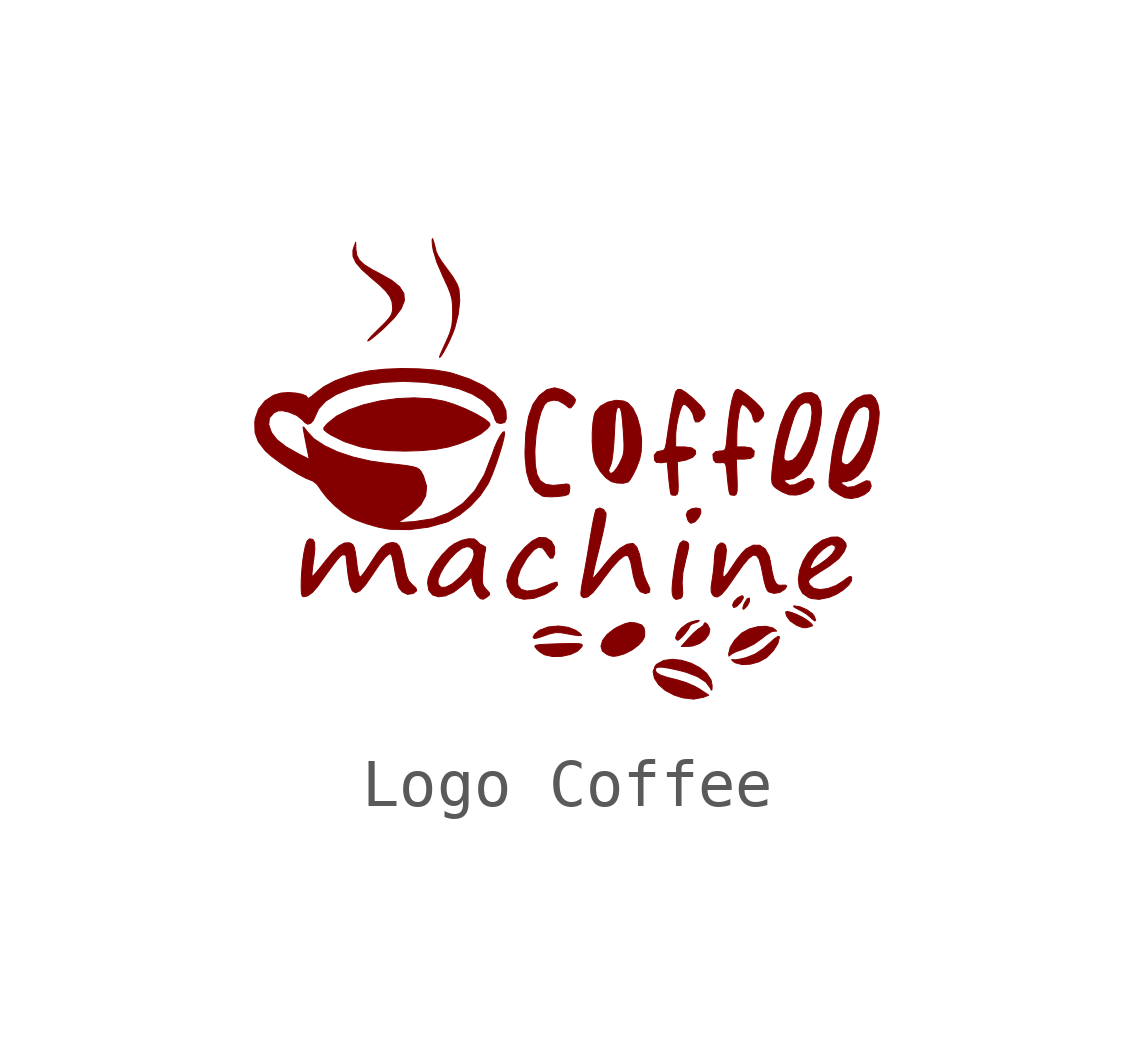
<source format=kicad_sym>
(kicad_symbol_lib
  (version 20220914)
  (generator kicad_symbol_editor)
  (symbol "Logo Coffee"
    (pin_numbers hide)
    (pin_names
      (offset 1.016) hide)
    (property "Reference" "#G"
      (at 0 4.199 0)
      (effects (font (size 1.27 1.27)) hide))
    (symbol "Logo Coffee_0_0"
      (polyline (pts (xy 3.721 -2.948) (xy 3.784 -2.883) (xy 3.826 -2.798) (xy 3.825 -2.73) (xy 3.819 -2.723) (xy 3.779 -2.742) (xy 3.725 -2.828) (xy 3.711 -2.859) (xy 3.688 -2.934) (xy 3.7 -2.958) (xy 3.721 -2.948)) (stroke (width 0.01) (type default)) (fill (type outline)))
      (polyline (pts (xy 3.562 -2.899) (xy 3.647 -2.81) (xy 3.652 -2.803) (xy 3.701 -2.719) (xy 3.69 -2.679) (xy 3.655 -2.68) (xy 3.577 -2.724) (xy 3.507 -2.796) (xy 3.477 -2.869) (xy 3.477 -2.877) (xy 3.502 -2.923) (xy 3.562 -2.899)) (stroke (width 0.01) (type default)) (fill (type outline)))
      (polyline (pts (xy 2.674 -1.144) (xy 2.699 -1.128) (xy 2.77 -1.048) (xy 2.814 -0.954) (xy 2.812 -0.88) (xy 2.793 -0.862) (xy 2.713 -0.848) (xy 2.617 -0.867) (xy 2.543 -0.913) (xy 2.542 -0.914) (xy 2.511 -0.987) (xy 2.538 -1.084) (xy 2.559 -1.127) (xy 2.604 -1.166) (xy 2.674 -1.144)) (stroke (width 0.01) (type default)) (fill (type outline)))
      (polyline (pts (xy 5.207 -3.182) (xy 5.173 -3.095) (xy 5.135 -3.047) (xy 5.024 -2.968) (xy 4.887 -2.908) (xy 4.761 -2.886) (xy 4.746 -2.892) (xy 4.77 -2.921) (xy 4.855 -2.966) (xy 4.889 -2.982) (xy 5.015 -3.057) (xy 5.106 -3.132) (xy 5.127 -3.155) (xy 5.189 -3.203) (xy 5.207 -3.182)) (stroke (width 0.01) (type default)) (fill (type outline)))
      (polyline (pts (xy 2.55 -3.731) (xy 2.645 -3.722) (xy 2.791 -3.669) (xy 2.907 -3.583) (xy 2.982 -3.479) (xy 3.001 -3.371) (xy 2.953 -3.274) (xy 2.904 -3.236) (xy 2.883 -3.257) (xy 2.871 -3.292) (xy 2.807 -3.341) (xy 2.764 -3.367) (xy 2.671 -3.446) (xy 2.569 -3.551) (xy 2.407 -3.732) (xy 2.55 -3.731)) (stroke (width 0.01) (type default)) (fill (type outline)))
      (polyline (pts (xy 5.076 -3.324) (xy 5.093 -3.319) (xy 5.14 -3.3) (xy 5.128 -3.269) (xy 5.055 -3.205) (xy 5.035 -3.191) (xy 4.931 -3.125) (xy 4.811 -3.066) (xy 4.697 -3.022) (xy 4.613 -3.003) (xy 4.58 -3.017) (xy 4.599 -3.095) (xy 4.68 -3.205) (xy 4.806 -3.288) (xy 4.869 -3.316) (xy 4.943 -3.341) (xy 4.999 -3.342) (xy 5.076 -3.324)) (stroke (width 0.01) (type default)) (fill (type outline)))
      (polyline (pts (xy 2.353 -3.594) (xy 2.42 -3.535) (xy 2.497 -3.449) (xy 2.56 -3.363) (xy 2.587 -3.305) (xy 2.614 -3.273) (xy 2.695 -3.24) (xy 2.763 -3.216) (xy 2.782 -3.192) (xy 2.777 -3.189) (xy 2.714 -3.194) (xy 2.611 -3.222) (xy 2.537 -3.254) (xy 2.416 -3.342) (xy 2.325 -3.447) (xy 2.29 -3.546) (xy 2.293 -3.57) (xy 2.328 -3.604) (xy 2.353 -3.594)) (stroke (width 0.01) (type default)) (fill (type outline)))
      (polyline (pts (xy -0.576 -3.553) (xy -0.441 -3.507) (xy -0.338 -3.471) (xy -0.219 -3.444) (xy -0.103 -3.445) (xy 0.051 -3.472) (xy 0.17 -3.494) (xy 0.278 -3.507) (xy 0.327 -3.503) (xy 0.329 -3.496) (xy 0.291 -3.454) (xy 0.206 -3.395) (xy 0.055 -3.334) (xy -0.154 -3.306) (xy -0.364 -3.326) (xy -0.541 -3.392) (xy -0.563 -3.406) (xy -0.645 -3.476) (xy -0.678 -3.535) (xy -0.677 -3.548) (xy -0.65 -3.566) (xy -0.576 -3.553)) (stroke (width 0.01) (type default)) (fill (type outline)))
      (polyline (pts (xy -0.086 -3.938) (xy 0.094 -3.9) (xy 0.243 -3.832) (xy 0.335 -3.74) (xy 0.335 -3.74) (xy 0.347 -3.706) (xy 0.33 -3.685) (xy 0.27 -3.674) (xy 0.153 -3.671) (xy -0.035 -3.674) (xy -0.132 -3.676) (xy -0.316 -3.682) (xy -0.467 -3.689) (xy -0.559 -3.696) (xy -0.624 -3.707) (xy -0.646 -3.732) (xy -0.601 -3.79) (xy -0.542 -3.844) (xy -0.445 -3.904) (xy -0.44 -3.906) (xy -0.273 -3.942) (xy -0.086 -3.938)) (stroke (width 0.01) (type default)) (fill (type outline)))
      (polyline (pts (xy 3.845 -4.101) (xy 4.021 -4.053) (xy 4.174 -3.97) (xy 4.192 -3.956) (xy 4.325 -3.82) (xy 4.418 -3.672) (xy 4.452 -3.537) (xy 4.452 -3.532) (xy 4.425 -3.52) (xy 4.35 -3.569) (xy 4.225 -3.68) (xy 4.116 -3.776) (xy 3.944 -3.892) (xy 3.759 -3.965) (xy 3.653 -3.991) (xy 3.534 -4.011) (xy 3.467 -4.007) (xy 3.454 -4.008) (xy 3.498 -4.05) (xy 3.535 -4.073) (xy 3.674 -4.109) (xy 3.845 -4.101)) (stroke (width 0.01) (type default)) (fill (type outline)))
      (polyline (pts (xy 1.073 -3.928) (xy 1.199 -3.893) (xy 1.237 -3.879) (xy 1.384 -3.803) (xy 1.514 -3.705) (xy 1.594 -3.62) (xy 1.642 -3.531) (xy 1.646 -3.427) (xy 1.63 -3.341) (xy 1.582 -3.284) (xy 1.477 -3.248) (xy 1.446 -3.241) (xy 1.344 -3.232) (xy 1.239 -3.257) (xy 1.095 -3.32) (xy 1.007 -3.369) (xy 0.862 -3.483) (xy 0.769 -3.607) (xy 0.735 -3.726) (xy 0.764 -3.828) (xy 0.862 -3.901) (xy 0.919 -3.923) (xy 0.991 -3.938) (xy 1.073 -3.928)) (stroke (width 0.01) (type default)) (fill (type outline)))
      (polyline (pts (xy 3.427 -3.912) (xy 3.456 -3.887) (xy 3.55 -3.84) (xy 3.68 -3.794) (xy 3.734 -3.775) (xy 3.923 -3.682) (xy 4.096 -3.558) (xy 4.171 -3.498) (xy 4.287 -3.425) (xy 4.362 -3.411) (xy 4.369 -3.413) (xy 4.394 -3.412) (xy 4.346 -3.368) (xy 4.311 -3.346) (xy 4.171 -3.312) (xy 3.999 -3.321) (xy 3.823 -3.368) (xy 3.671 -3.451) (xy 3.658 -3.461) (xy 3.521 -3.599) (xy 3.427 -3.749) (xy 3.393 -3.889) (xy 3.4 -3.933) (xy 3.427 -3.912)) (stroke (width 0.01) (type default)) (fill (type outline)))
      (polyline (pts (xy 2.389 -2.732) (xy 2.424 -2.7) (xy 2.438 -2.625) (xy 2.43 -2.486) (xy 2.425 -2.41) (xy 2.44 -2.194) (xy 2.499 -1.931) (xy 2.536 -1.787) (xy 2.56 -1.666) (xy 2.559 -1.597) (xy 2.535 -1.563) (xy 2.514 -1.549) (xy 2.444 -1.531) (xy 2.384 -1.58) (xy 2.373 -1.598) (xy 2.341 -1.695) (xy 2.307 -1.847) (xy 2.274 -2.03) (xy 2.245 -2.223) (xy 2.224 -2.404) (xy 2.215 -2.55) (xy 2.22 -2.64) (xy 2.244 -2.713) (xy 2.296 -2.753) (xy 2.389 -2.732)) (stroke (width 0.01) (type default)) (fill (type outline)))
      (polyline (pts (xy -3.013 0.347) (xy -2.704 0.375) (xy -2.449 0.421) (xy -2.222 0.489) (xy -1.972 0.587) (xy -1.769 0.695) (xy -1.634 0.804) (xy -1.628 0.81) (xy -1.578 0.875) (xy -1.585 0.919) (xy -1.655 0.979) (xy -1.696 1.009) (xy -1.869 1.111) (xy -2.085 1.215) (xy -2.315 1.307) (xy -2.529 1.375) (xy -2.813 1.427) (xy -3.157 1.446) (xy -3.515 1.43) (xy -3.873 1.381) (xy -4.212 1.301) (xy -4.518 1.194) (xy -4.773 1.064) (xy -4.961 0.912) (xy -4.986 0.885) (xy -5.038 0.821) (xy -5.035 0.781) (xy -4.982 0.735) (xy -4.886 0.67) (xy -4.609 0.534) (xy -4.268 0.423) (xy -4.253 0.42) (xy -3.997 0.374) (xy -3.687 0.346) (xy -3.35 0.337) (xy -3.013 0.347)) (stroke (width 0.01) (type default)) (fill (type outline)))
      (polyline (pts (xy -4.073 2.656) (xy -3.97 2.737) (xy -3.816 2.87) (xy -3.789 2.895) (xy -3.569 3.114) (xy -3.426 3.304) (xy -3.36 3.47) (xy -3.371 3.62) (xy -3.46 3.76) (xy -3.628 3.896) (xy -3.874 4.034) (xy -4.034 4.118) (xy -4.196 4.219) (xy -4.298 4.315) (xy -4.352 4.417) (xy -4.37 4.537) (xy -4.374 4.686) (xy -4.418 4.567) (xy -4.432 4.515) (xy -4.43 4.392) (xy -4.37 4.263) (xy -4.245 4.117) (xy -4.05 3.944) (xy -3.878 3.798) (xy -3.743 3.665) (xy -3.659 3.551) (xy -3.616 3.441) (xy -3.604 3.32) (xy -3.608 3.258) (xy -3.628 3.185) (xy -3.677 3.107) (xy -3.767 3.007) (xy -3.908 2.868) (xy -3.916 2.86) (xy -4.047 2.73) (xy -4.114 2.652) (xy -4.122 2.628) (xy -4.073 2.656)) (stroke (width 0.01) (type default)) (fill (type outline)))
      (polyline (pts (xy -2.594 2.318) (xy -2.542 2.401) (xy -2.478 2.52) (xy -2.41 2.658) (xy -2.349 2.799) (xy -2.313 2.896) (xy -2.239 3.182) (xy -2.207 3.462) (xy -2.223 3.706) (xy -2.261 3.811) (xy -2.346 3.96) (xy -2.463 4.121) (xy -2.482 4.145) (xy -2.583 4.285) (xy -2.661 4.409) (xy -2.699 4.493) (xy -2.719 4.583) (xy -2.754 4.713) (xy -2.775 4.764) (xy -2.783 4.734) (xy -2.776 4.622) (xy -2.76 4.523) (xy -2.686 4.276) (xy -2.553 3.968) (xy -2.543 3.946) (xy -2.456 3.758) (xy -2.401 3.618) (xy -2.37 3.499) (xy -2.357 3.377) (xy -2.354 3.226) (xy -2.356 3.099) (xy -2.373 2.938) (xy -2.415 2.79) (xy -2.491 2.614) (xy -2.504 2.587) (xy -2.567 2.449) (xy -2.612 2.344) (xy -2.629 2.296) (xy -2.624 2.287) (xy -2.594 2.318)) (stroke (width 0.01) (type default)) (fill (type outline)))
      (polyline (pts (xy 2.865 -4.791) (xy 2.979 -4.747) (xy 2.784 -4.617) (xy 2.686 -4.562) (xy 2.504 -4.483) (xy 2.322 -4.428) (xy 2.297 -4.422) (xy 2.092 -4.369) (xy 1.959 -4.322) (xy 1.887 -4.274) (xy 1.866 -4.22) (xy 1.873 -4.19) (xy 1.916 -4.164) (xy 2.008 -4.163) (xy 2.159 -4.186) (xy 2.38 -4.235) (xy 2.512 -4.271) (xy 2.749 -4.362) (xy 2.918 -4.472) (xy 3.011 -4.596) (xy 3.033 -4.642) (xy 3.046 -4.634) (xy 3.05 -4.549) (xy 3.027 -4.43) (xy 2.935 -4.292) (xy 2.791 -4.174) (xy 2.611 -4.081) (xy 2.415 -4.021) (xy 2.218 -3.999) (xy 2.04 -4.024) (xy 1.897 -4.102) (xy 1.863 -4.141) (xy 1.821 -4.259) (xy 1.848 -4.393) (xy 1.935 -4.527) (xy 2.075 -4.649) (xy 2.26 -4.745) (xy 2.437 -4.802) (xy 2.666 -4.829) (xy 2.865 -4.791)) (stroke (width 0.01) (type default)) (fill (type outline)))
      (polyline (pts (xy -0.662 -2.73) (xy -0.429 -2.645) (xy -0.373 -2.615) (xy -0.239 -2.528) (xy -0.172 -2.451) (xy -0.179 -2.393) (xy -0.213 -2.395) (xy -0.304 -2.426) (xy -0.428 -2.479) (xy -0.625 -2.553) (xy -0.805 -2.578) (xy -0.93 -2.543) (xy -0.998 -2.453) (xy -1.004 -2.314) (xy -0.945 -2.131) (xy -0.817 -1.909) (xy -0.783 -1.861) (xy -0.663 -1.722) (xy -0.563 -1.663) (xy -0.478 -1.682) (xy -0.404 -1.778) (xy -0.386 -1.811) (xy -0.321 -1.893) (xy -0.269 -1.892) (xy -0.231 -1.806) (xy -0.229 -1.8) (xy -0.233 -1.658) (xy -0.299 -1.541) (xy -0.41 -1.469) (xy -0.547 -1.462) (xy -0.561 -1.465) (xy -0.7 -1.537) (xy -0.849 -1.667) (xy -0.992 -1.835) (xy -1.113 -2.021) (xy -1.197 -2.203) (xy -1.229 -2.362) (xy -1.212 -2.478) (xy -1.145 -2.617) (xy -1.045 -2.707) (xy -0.876 -2.749) (xy -0.662 -2.73)) (stroke (width 0.01) (type default)) (fill (type outline)))
      (polyline (pts (xy -0.162 -0.609) (xy -0.031 -0.592) (xy 0.051 -0.567) (xy 0.073 -0.529) (xy 0.085 -0.44) (xy 0.084 -0.4) (xy 0.067 -0.358) (xy 0.011 -0.348) (xy -0.105 -0.363) (xy -0.26 -0.377) (xy -0.416 -0.356) (xy -0.527 -0.284) (xy -0.597 -0.154) (xy -0.633 0.043) (xy -0.642 0.315) (xy -0.64 0.392) (xy -0.618 0.67) (xy -0.574 0.929) (xy -0.514 1.148) (xy -0.442 1.304) (xy -0.376 1.369) (xy -0.246 1.399) (xy -0.144 1.382) (xy -0.01 1.304) (xy -0.002 1.296) (xy 0.066 1.239) (xy 0.107 1.238) (xy 0.152 1.291) (xy 0.191 1.35) (xy 0.203 1.41) (xy 0.161 1.468) (xy 0.054 1.546) (xy -0.059 1.611) (xy -0.231 1.655) (xy -0.391 1.616) (xy -0.55 1.495) (xy -0.551 1.494) (xy -0.682 1.309) (xy -0.774 1.052) (xy -0.83 0.723) (xy -0.848 0.319) (xy -0.846 0.208) (xy -0.816 -0.095) (xy -0.748 -0.328) (xy -0.639 -0.494) (xy -0.488 -0.598) (xy -0.431 -0.61) (xy -0.307 -0.616) (xy -0.162 -0.609)) (stroke (width 0.01) (type default)) (fill (type outline)))
      (polyline (pts (xy 3.245 -2.647) (xy 3.346 -2.531) (xy 3.477 -2.346) (xy 3.544 -2.248) (xy 3.695 -2.036) (xy 3.812 -1.898) (xy 3.902 -1.831) (xy 3.971 -1.835) (xy 4.025 -1.909) (xy 4.069 -2.052) (xy 4.112 -2.264) (xy 4.134 -2.375) (xy 4.17 -2.5) (xy 4.203 -2.571) (xy 4.231 -2.596) (xy 4.336 -2.627) (xy 4.458 -2.608) (xy 4.558 -2.544) (xy 4.574 -2.526) (xy 4.606 -2.474) (xy 4.573 -2.454) (xy 4.465 -2.458) (xy 4.428 -2.454) (xy 4.378 -2.416) (xy 4.337 -2.328) (xy 4.3 -2.179) (xy 4.261 -1.957) (xy 4.234 -1.845) (xy 4.154 -1.7) (xy 4.041 -1.624) (xy 3.905 -1.623) (xy 3.756 -1.701) (xy 3.751 -1.705) (xy 3.669 -1.79) (xy 3.567 -1.92) (xy 3.466 -2.069) (xy 3.373 -2.208) (xy 3.308 -2.281) (xy 3.276 -2.276) (xy 3.275 -2.194) (xy 3.304 -2.033) (xy 3.332 -1.887) (xy 3.347 -1.728) (xy 3.33 -1.629) (xy 3.28 -1.582) (xy 3.23 -1.577) (xy 3.16 -1.628) (xy 3.113 -1.743) (xy 3.095 -1.909) (xy 3.093 -1.99) (xy 3.076 -2.171) (xy 3.05 -2.349) (xy 3.029 -2.49) (xy 3.03 -2.593) (xy 3.057 -2.655) (xy 3.103 -2.695) (xy 3.167 -2.7) (xy 3.245 -2.647)) (stroke (width 0.01) (type default)) (fill (type outline)))
      (polyline (pts (xy 1.302 -0.305) (xy 1.34 -0.26) (xy 1.401 -0.157) (xy 1.468 -0.022) (xy 1.471 -0.015) (xy 1.539 0.16) (xy 1.573 0.327) (xy 1.581 0.529) (xy 1.579 0.596) (xy 1.548 0.831) (xy 1.486 1.048) (xy 1.401 1.224) (xy 1.299 1.337) (xy 1.211 1.379) (xy 1.047 1.395) (xy 0.875 1.357) (xy 0.723 1.273) (xy 0.618 1.15) (xy 0.594 1.085) (xy 0.567 0.929) (xy 0.553 0.731) (xy 0.552 0.52) (xy 0.567 0.321) (xy 0.596 0.16) (xy 0.627 0.073) (xy 0.704 -0.058) (xy 0.895 -0.058) (xy 0.941 0.056) (xy 0.943 0.06) (xy 0.964 0.145) (xy 0.984 0.293) (xy 1.002 0.484) (xy 1.015 0.7) (xy 1.026 0.928) (xy 1.039 1.087) (xy 1.055 1.186) (xy 1.075 1.237) (xy 1.103 1.251) (xy 1.119 1.247) (xy 1.144 1.212) (xy 1.165 1.129) (xy 1.181 0.987) (xy 1.198 0.773) (xy 1.206 0.652) (xy 1.214 0.478) (xy 1.212 0.355) (xy 1.198 0.263) (xy 1.169 0.18) (xy 1.123 0.084) (xy 1.074 -0.002) (xy 1.006 -0.092) (xy 0.953 -0.127) (xy 0.912 -0.117) (xy 0.895 -0.058) (xy 0.704 -0.058) (xy 0.719 -0.084) (xy 0.834 -0.217) (xy 0.951 -0.298) (xy 1.065 -0.328) (xy 1.201 -0.333) (xy 1.302 -0.305)) (stroke (width 0.01) (type default)) (fill (type outline)))
      (polyline (pts (xy -1.634 -2.699) (xy -1.585 -2.655) (xy -1.59 -2.614) (xy -1.653 -2.545) (xy -1.673 -2.524) (xy -1.714 -2.468) (xy -1.734 -2.398) (xy -1.736 -2.291) (xy -1.725 -2.123) (xy -1.723 -2.1) (xy -1.707 -1.935) (xy -1.688 -1.801) (xy -1.671 -1.724) (xy -1.667 -1.665) (xy -1.73 -1.626) (xy -1.784 -1.602) (xy -1.84 -1.544) (xy -1.843 -1.538) (xy -1.907 -1.493) (xy -2.022 -1.489) (xy -2.165 -1.522) (xy -2.316 -1.591) (xy -2.428 -1.673) (xy -2.572 -1.82) (xy -2.707 -1.993) (xy -2.811 -2.165) (xy -2.865 -2.313) (xy -2.869 -2.345) (xy -2.659 -2.345) (xy -2.61 -2.211) (xy -2.522 -2.06) (xy -2.409 -1.91) (xy -2.285 -1.78) (xy -2.164 -1.688) (xy -2.061 -1.654) (xy -1.994 -1.663) (xy -1.922 -1.72) (xy -1.907 -1.82) (xy -1.947 -1.953) (xy -2.04 -2.108) (xy -2.184 -2.274) (xy -2.205 -2.295) (xy -2.363 -2.428) (xy -2.496 -2.497) (xy -2.597 -2.501) (xy -2.657 -2.436) (xy -2.659 -2.345) (xy -2.869 -2.345) (xy -2.877 -2.413) (xy -2.851 -2.562) (xy -2.774 -2.658) (xy -2.654 -2.697) (xy -2.502 -2.678) (xy -2.329 -2.598) (xy -2.143 -2.456) (xy -1.962 -2.289) (xy -1.937 -2.443) (xy -1.935 -2.454) (xy -1.896 -2.58) (xy -1.84 -2.677) (xy -1.777 -2.737) (xy -1.717 -2.748) (xy -1.634 -2.699)) (stroke (width 0.01) (type default)) (fill (type outline)))
      (polyline (pts (xy 2.289 -0.583) (xy 2.321 -0.561) (xy 2.339 -0.506) (xy 2.344 -0.4) (xy 2.338 -0.227) (xy 2.324 0.116) (xy 2.472 0.144) (xy 2.515 0.154) (xy 2.645 0.209) (xy 2.707 0.279) (xy 2.701 0.349) (xy 2.626 0.403) (xy 2.482 0.424) (xy 2.29 0.424) (xy 2.29 0.65) (xy 2.292 0.715) (xy 2.31 0.873) (xy 2.341 1.033) (xy 2.38 1.175) (xy 2.421 1.276) (xy 2.459 1.315) (xy 2.508 1.295) (xy 2.583 1.222) (xy 2.645 1.123) (xy 2.671 1.031) (xy 2.672 1.013) (xy 2.703 0.945) (xy 2.771 0.945) (xy 2.859 1.014) (xy 2.865 1.021) (xy 2.903 1.094) (xy 2.889 1.174) (xy 2.816 1.275) (xy 2.677 1.41) (xy 2.638 1.446) (xy 2.498 1.561) (xy 2.402 1.618) (xy 2.337 1.622) (xy 2.294 1.577) (xy 2.284 1.552) (xy 2.254 1.442) (xy 2.218 1.27) (xy 2.178 1.052) (xy 2.138 0.803) (xy 2.1 0.541) (xy 2.095 0.504) (xy 2.071 0.398) (xy 2.036 0.35) (xy 1.974 0.339) (xy 1.902 0.323) (xy 1.844 0.252) (xy 1.852 0.144) (xy 1.892 0.101) (xy 1.996 0.094) (xy 2.114 0.112) (xy 2.144 -0.209) (xy 2.146 -0.236) (xy 2.163 -0.391) (xy 2.18 -0.508) (xy 2.193 -0.564) (xy 2.212 -0.579) (xy 2.283 -0.584) (xy 2.289 -0.583)) (stroke (width 0.01) (type default)) (fill (type outline)))
      (polyline (pts (xy 5.466 -2.715) (xy 5.491 -2.708) (xy 5.646 -2.641) (xy 5.785 -2.551) (xy 5.894 -2.453) (xy 5.955 -2.359) (xy 5.955 -2.285) (xy 5.914 -2.274) (xy 5.837 -2.324) (xy 5.792 -2.362) (xy 5.63 -2.463) (xy 5.458 -2.526) (xy 5.298 -2.547) (xy 5.167 -2.523) (xy 5.084 -2.451) (xy 5.08 -2.443) (xy 5.06 -2.401) (xy 5.059 -2.365) (xy 5.088 -2.325) (xy 5.158 -2.271) (xy 5.278 -2.191) (xy 5.46 -2.077) (xy 5.499 -2.051) (xy 5.689 -1.902) (xy 5.796 -1.761) (xy 5.808 -1.735) (xy 5.843 -1.646) (xy 5.835 -1.588) (xy 5.785 -1.523) (xy 5.752 -1.491) (xy 5.668 -1.452) (xy 5.543 -1.455) (xy 5.524 -1.458) (xy 5.343 -1.52) (xy 5.183 -1.633) (xy 5.047 -1.784) (xy 4.942 -1.959) (xy 4.885 -2.114) (xy 5.093 -2.114) (xy 5.098 -2.064) (xy 5.151 -1.954) (xy 5.161 -1.934) (xy 5.243 -1.825) (xy 5.348 -1.721) (xy 5.454 -1.642) (xy 5.534 -1.611) (xy 5.554 -1.612) (xy 5.615 -1.643) (xy 5.613 -1.709) (xy 5.554 -1.8) (xy 5.445 -1.907) (xy 5.291 -2.019) (xy 5.249 -2.045) (xy 5.141 -2.107) (xy 5.093 -2.114) (xy 4.885 -2.114) (xy 4.873 -2.144) (xy 4.845 -2.325) (xy 4.863 -2.49) (xy 4.933 -2.624) (xy 5.059 -2.713) (xy 5.117 -2.733) (xy 5.276 -2.751) (xy 5.466 -2.715)) (stroke (width 0.01) (type default)) (fill (type outline)))
      (polyline (pts (xy 0.458 -2.7) (xy 0.572 -2.604) (xy 0.711 -2.429) (xy 0.786 -2.324) (xy 0.959 -2.099) (xy 1.102 -1.94) (xy 1.21 -1.851) (xy 1.281 -1.834) (xy 1.31 -1.86) (xy 1.353 -1.97) (xy 1.391 -2.163) (xy 1.411 -2.278) (xy 1.471 -2.474) (xy 1.553 -2.591) (xy 1.658 -2.629) (xy 1.665 -2.629) (xy 1.744 -2.604) (xy 1.754 -2.532) (xy 1.698 -2.41) (xy 1.682 -2.381) (xy 1.624 -2.234) (xy 1.588 -2.079) (xy 1.582 -2.036) (xy 1.536 -1.811) (xy 1.48 -1.662) (xy 1.412 -1.593) (xy 1.391 -1.587) (xy 1.276 -1.604) (xy 1.133 -1.688) (xy 0.975 -1.832) (xy 0.809 -2.028) (xy 0.757 -2.096) (xy 0.662 -2.213) (xy 0.593 -2.291) (xy 0.561 -2.314) (xy 0.56 -2.301) (xy 0.572 -2.222) (xy 0.602 -2.082) (xy 0.645 -1.898) (xy 0.699 -1.682) (xy 0.722 -1.588) (xy 0.773 -1.372) (xy 0.812 -1.185) (xy 0.836 -1.045) (xy 0.841 -0.97) (xy 0.839 -0.957) (xy 0.789 -0.88) (xy 0.71 -0.848) (xy 0.634 -0.876) (xy 0.63 -0.882) (xy 0.608 -0.955) (xy 0.578 -1.09) (xy 0.544 -1.272) (xy 0.508 -1.484) (xy 0.506 -1.495) (xy 0.466 -1.738) (xy 0.425 -1.979) (xy 0.387 -2.191) (xy 0.356 -2.347) (xy 0.355 -2.352) (xy 0.329 -2.501) (xy 0.316 -2.617) (xy 0.32 -2.675) (xy 0.37 -2.717) (xy 0.458 -2.7)) (stroke (width 0.01) (type default)) (fill (type outline)))
      (polyline (pts (xy 3.526 -0.581) (xy 3.555 -0.555) (xy 3.57 -0.494) (xy 3.573 -0.382) (xy 3.568 -0.201) (xy 3.553 0.17) (xy 3.722 0.17) (xy 3.853 0.185) (xy 3.917 0.233) (xy 3.917 0.234) (xy 3.926 0.338) (xy 3.862 0.402) (xy 3.727 0.424) (xy 3.562 0.424) (xy 3.564 0.668) (xy 3.566 0.757) (xy 3.58 0.937) (xy 3.604 1.104) (xy 3.632 1.234) (xy 3.663 1.302) (xy 3.688 1.308) (xy 3.751 1.272) (xy 3.821 1.198) (xy 3.878 1.11) (xy 3.901 1.032) (xy 3.904 0.998) (xy 3.942 0.94) (xy 4.009 0.948) (xy 4.087 1.023) (xy 4.115 1.067) (xy 4.127 1.132) (xy 4.084 1.215) (xy 4.032 1.277) (xy 3.928 1.38) (xy 3.804 1.486) (xy 3.745 1.532) (xy 3.643 1.601) (xy 3.58 1.623) (xy 3.539 1.602) (xy 3.505 1.538) (xy 3.463 1.395) (xy 3.424 1.196) (xy 3.39 0.954) (xy 3.364 0.685) (xy 3.351 0.525) (xy 3.336 0.418) (xy 3.314 0.363) (xy 3.277 0.342) (xy 3.219 0.339) (xy 3.124 0.326) (xy 3.066 0.27) (xy 3.076 0.165) (xy 3.08 0.153) (xy 3.127 0.097) (xy 3.221 0.094) (xy 3.267 0.099) (xy 3.31 0.091) (xy 3.335 0.05) (xy 3.351 -0.043) (xy 3.365 -0.203) (xy 3.367 -0.222) (xy 3.384 -0.377) (xy 3.401 -0.497) (xy 3.417 -0.557) (xy 3.439 -0.576) (xy 3.513 -0.585) (xy 3.526 -0.581)) (stroke (width 0.01) (type default)) (fill (type outline)))
      (polyline (pts (xy 4.89 -0.561) (xy 5.033 -0.502) (xy 5.135 -0.421) (xy 5.173 -0.333) (xy 5.172 -0.31) (xy 5.133 -0.241) (xy 5.044 -0.235) (xy 4.913 -0.294) (xy 4.77 -0.365) (xy 4.661 -0.373) (xy 4.58 -0.318) (xy 4.561 -0.294) (xy 4.562 -0.262) (xy 4.635 -0.254) (xy 4.746 -0.232) (xy 4.891 -0.134) (xy 5.025 0.032) (xy 5.14 0.258) (xy 5.23 0.533) (xy 5.237 0.561) (xy 5.306 0.9) (xy 5.33 1.168) (xy 5.307 1.366) (xy 5.238 1.494) (xy 5.123 1.555) (xy 4.961 1.548) (xy 4.842 1.494) (xy 4.705 1.357) (xy 4.582 1.151) (xy 4.476 0.882) (xy 4.391 0.559) (xy 4.332 0.204) (xy 4.543 0.204) (xy 4.552 0.299) (xy 4.585 0.449) (xy 4.643 0.669) (xy 4.694 0.85) (xy 4.762 1.061) (xy 4.827 1.205) (xy 4.891 1.293) (xy 4.96 1.335) (xy 4.993 1.344) (xy 5.075 1.338) (xy 5.118 1.27) (xy 5.131 1.129) (xy 5.104 0.885) (xy 5.016 0.599) (xy 4.879 0.329) (xy 4.803 0.22) (xy 4.724 0.148) (xy 4.644 0.127) (xy 4.595 0.131) (xy 4.557 0.152) (xy 4.543 0.204) (xy 4.332 0.204) (xy 4.33 0.191) (xy 4.318 0.097) (xy 4.296 -0.101) (xy 4.288 -0.236) (xy 4.297 -0.327) (xy 4.328 -0.388) (xy 4.382 -0.436) (xy 4.463 -0.487) (xy 4.51 -0.515) (xy 4.656 -0.574) (xy 4.796 -0.579) (xy 4.89 -0.561)) (stroke (width 0.01) (type default)) (fill (type outline)))
      (polyline (pts (xy 6.092 -0.624) (xy 6.224 -0.567) (xy 6.322 -0.488) (xy 6.361 -0.401) (xy 6.359 -0.368) (xy 6.331 -0.291) (xy 6.26 -0.281) (xy 6.141 -0.338) (xy 6.002 -0.404) (xy 5.865 -0.417) (xy 5.767 -0.36) (xy 5.745 -0.33) (xy 5.756 -0.303) (xy 5.838 -0.297) (xy 5.956 -0.265) (xy 6.093 -0.169) (xy 6.221 -0.025) (xy 6.321 0.148) (xy 6.327 0.162) (xy 6.382 0.323) (xy 6.437 0.531) (xy 6.484 0.754) (xy 6.518 0.961) (xy 6.53 1.12) (xy 6.529 1.154) (xy 6.503 1.309) (xy 6.448 1.434) (xy 6.376 1.502) (xy 6.35 1.51) (xy 6.213 1.503) (xy 6.062 1.435) (xy 5.921 1.315) (xy 5.832 1.196) (xy 5.719 0.964) (xy 5.626 0.66) (xy 5.551 0.281) (xy 5.532 0.127) (xy 5.742 0.127) (xy 5.743 0.199) (xy 5.765 0.319) (xy 5.809 0.506) (xy 5.853 0.674) (xy 5.935 0.932) (xy 6.018 1.112) (xy 6.104 1.221) (xy 6.196 1.264) (xy 6.225 1.266) (xy 6.297 1.243) (xy 6.332 1.169) (xy 6.331 1.034) (xy 6.296 0.83) (xy 6.225 0.564) (xy 6.124 0.341) (xy 5.987 0.159) (xy 5.947 0.117) (xy 5.881 0.059) (xy 5.832 0.05) (xy 5.772 0.081) (xy 5.761 0.089) (xy 5.742 0.127) (xy 5.532 0.127) (xy 5.494 -0.177) (xy 5.484 -0.305) (xy 5.49 -0.393) (xy 5.524 -0.45) (xy 5.593 -0.506) (xy 5.595 -0.507) (xy 5.71 -0.58) (xy 5.816 -0.633) (xy 5.822 -0.635) (xy 5.949 -0.651) (xy 6.092 -0.624)) (stroke (width 0.01) (type default)) (fill (type outline)))
      (polyline (pts (xy -5.374 -2.678) (xy -5.272 -2.604) (xy -5.169 -2.485) (xy -5.115 -2.41) (xy -4.961 -2.195) (xy -4.846 -2.038) (xy -4.763 -1.931) (xy -4.705 -1.865) (xy -4.665 -1.832) (xy -4.637 -1.823) (xy -4.614 -1.824) (xy -4.577 -1.834) (xy -4.577 -1.838) (xy -4.57 -1.9) (xy -4.557 -2.02) (xy -4.54 -2.177) (xy -4.532 -2.248) (xy -4.495 -2.452) (xy -4.444 -2.574) (xy -4.376 -2.614) (xy -4.287 -2.574) (xy -4.174 -2.454) (xy -4.035 -2.254) (xy -4.014 -2.222) (xy -3.871 -2.013) (xy -3.758 -1.874) (xy -3.677 -1.806) (xy -3.632 -1.813) (xy -3.632 -1.813) (xy -3.614 -1.872) (xy -3.589 -1.99) (xy -3.562 -2.14) (xy -3.534 -2.292) (xy -3.502 -2.427) (xy -3.474 -2.507) (xy -3.405 -2.594) (xy -3.294 -2.647) (xy -3.18 -2.629) (xy -3.158 -2.616) (xy -3.104 -2.57) (xy -3.119 -2.517) (xy -3.202 -2.44) (xy -3.27 -2.364) (xy -3.317 -2.251) (xy -3.354 -2.078) (xy -3.379 -1.932) (xy -3.42 -1.755) (xy -3.466 -1.644) (xy -3.521 -1.586) (xy -3.591 -1.569) (xy -3.653 -1.573) (xy -3.744 -1.601) (xy -3.831 -1.669) (xy -3.928 -1.788) (xy -4.047 -1.97) (xy -4.089 -2.036) (xy -4.177 -2.166) (xy -4.246 -2.256) (xy -4.283 -2.29) (xy -4.301 -2.265) (xy -4.326 -2.177) (xy -4.346 -2.046) (xy -4.358 -1.938) (xy -4.381 -1.773) (xy -4.405 -1.669) (xy -4.435 -1.611) (xy -4.475 -1.584) (xy -4.51 -1.573) (xy -4.611 -1.578) (xy -4.72 -1.638) (xy -4.849 -1.762) (xy -5.006 -1.954) (xy -5.085 -2.055) (xy -5.183 -2.175) (xy -5.253 -2.254) (xy -5.284 -2.278) (xy -5.285 -2.275) (xy -5.285 -2.214) (xy -5.273 -2.096) (xy -5.252 -1.942) (xy -5.247 -1.911) (xy -5.225 -1.705) (xy -5.23 -1.571) (xy -5.265 -1.503) (xy -5.331 -1.492) (xy -5.341 -1.495) (xy -5.385 -1.536) (xy -5.421 -1.634) (xy -5.456 -1.803) (xy -5.478 -1.956) (xy -5.496 -2.145) (xy -5.508 -2.333) (xy -5.51 -2.499) (xy -5.505 -2.622) (xy -5.489 -2.681) (xy -5.458 -2.697) (xy -5.374 -2.678)) (stroke (width 0.01) (type default)) (fill (type outline)))
      (polyline (pts (xy -2.857 -1.247) (xy -2.482 -1.142) (xy -2.441 -1.125) (xy -2.21 -0.993) (xy -1.981 -0.806) (xy -1.777 -0.585) (xy -1.621 -0.35) (xy -1.594 -0.296) (xy -1.526 -0.138) (xy -1.454 0.055) (xy -1.386 0.258) (xy -1.327 0.45) (xy -1.287 0.608) (xy -1.272 0.71) (xy -1.28 0.742) (xy -1.312 0.728) (xy -1.361 0.659) (xy -1.42 0.551) (xy -1.479 0.416) (xy -1.531 0.269) (xy -1.536 0.254) (xy -1.694 -0.154) (xy -1.895 -0.489) (xy -2.141 -0.753) (xy -2.432 -0.947) (xy -2.771 -1.073) (xy -3.159 -1.132) (xy -3.498 -1.154) (xy -3.305 -1.028) (xy -3.202 -0.956) (xy -3.017 -0.779) (xy -2.916 -0.593) (xy -2.897 -0.396) (xy -2.961 -0.188) (xy -2.977 -0.154) (xy -3.01 -0.091) (xy -3.048 -0.045) (xy -3.104 -0.011) (xy -3.191 0.014) (xy -3.323 0.036) (xy -3.512 0.059) (xy -3.772 0.087) (xy -4.077 0.131) (xy -4.433 0.214) (xy -4.755 0.322) (xy -5.031 0.452) (xy -5.247 0.596) (xy -5.392 0.752) (xy -5.401 0.765) (xy -5.45 0.829) (xy -5.47 0.84) (xy -5.468 0.822) (xy -5.454 0.735) (xy -5.428 0.598) (xy -5.396 0.433) (xy -5.361 0.264) (xy -5.341 0.167) (xy -5.564 0.279) (xy -5.824 0.426) (xy -6.014 0.574) (xy -6.128 0.721) (xy -6.186 0.888) (xy -6.171 1.027) (xy -6.081 1.13) (xy -6.069 1.138) (xy -5.99 1.175) (xy -5.904 1.179) (xy -5.773 1.151) (xy -5.772 1.151) (xy -5.604 1.082) (xy -5.481 0.985) (xy -5.438 0.936) (xy -5.375 0.897) (xy -5.314 0.915) (xy -5.257 0.976) (xy -5.21 1.079) (xy -5.146 1.218) (xy -4.997 1.378) (xy -4.78 1.516) (xy -4.502 1.63) (xy -4.173 1.715) (xy -3.8 1.769) (xy -3.392 1.789) (xy -3.372 1.789) (xy -2.949 1.77) (xy -2.565 1.718) (xy -2.228 1.636) (xy -1.944 1.525) (xy -1.721 1.389) (xy -1.567 1.23) (xy -1.488 1.052) (xy -1.474 0.997) (xy -1.432 0.929) (xy -1.355 0.912) (xy -1.273 0.932) (xy -1.237 1.011) (xy -1.244 1.177) (xy -1.326 1.363) (xy -1.485 1.539) (xy -1.714 1.7) (xy -2.011 1.841) (xy -2.369 1.96) (xy -2.445 1.979) (xy -2.727 2.025) (xy -3.058 2.05) (xy -3.411 2.057) (xy -3.76 2.043) (xy -4.08 2.01) (xy -4.345 1.957) (xy -4.519 1.906) (xy -4.806 1.8) (xy -5.036 1.678) (xy -5.227 1.533) (xy -5.292 1.478) (xy -5.357 1.435) (xy -5.377 1.442) (xy -5.402 1.483) (xy -5.49 1.52) (xy -5.622 1.546) (xy -5.775 1.556) (xy -5.927 1.546) (xy -6.082 1.501) (xy -6.262 1.382) (xy -6.396 1.212) (xy -6.467 1.011) (xy -6.476 0.933) (xy -6.47 0.719) (xy -6.402 0.535) (xy -6.263 0.351) (xy -6.243 0.331) (xy -6.118 0.222) (xy -5.95 0.098) (xy -5.762 -0.028) (xy -5.574 -0.142) (xy -5.409 -0.23) (xy -5.288 -0.277) (xy -5.272 -0.283) (xy -5.187 -0.347) (xy -5.111 -0.449) (xy -5.09 -0.484) (xy -4.971 -0.637) (xy -4.81 -0.8) (xy -4.634 -0.946) (xy -4.468 -1.052) (xy -4.346 -1.106) (xy -4.133 -1.182) (xy -3.907 -1.246) (xy -3.71 -1.285) (xy -3.645 -1.292) (xy -3.257 -1.299) (xy -2.857 -1.247)) (stroke (width 0.01) (type default)) (fill (type outline))))))
</source>
